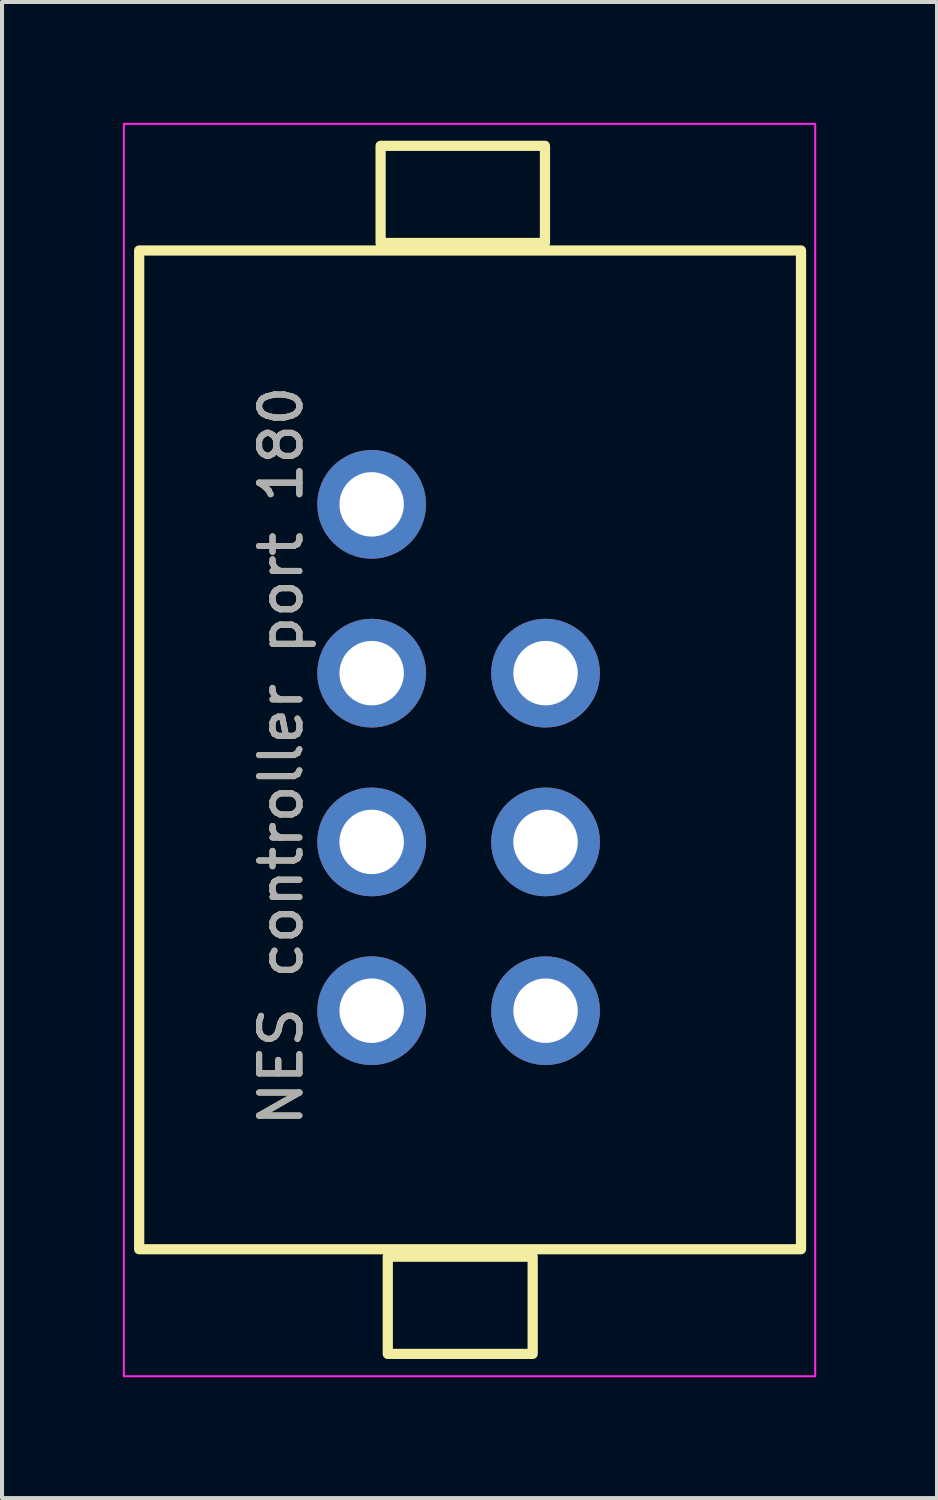
<source format=kicad_pcb>
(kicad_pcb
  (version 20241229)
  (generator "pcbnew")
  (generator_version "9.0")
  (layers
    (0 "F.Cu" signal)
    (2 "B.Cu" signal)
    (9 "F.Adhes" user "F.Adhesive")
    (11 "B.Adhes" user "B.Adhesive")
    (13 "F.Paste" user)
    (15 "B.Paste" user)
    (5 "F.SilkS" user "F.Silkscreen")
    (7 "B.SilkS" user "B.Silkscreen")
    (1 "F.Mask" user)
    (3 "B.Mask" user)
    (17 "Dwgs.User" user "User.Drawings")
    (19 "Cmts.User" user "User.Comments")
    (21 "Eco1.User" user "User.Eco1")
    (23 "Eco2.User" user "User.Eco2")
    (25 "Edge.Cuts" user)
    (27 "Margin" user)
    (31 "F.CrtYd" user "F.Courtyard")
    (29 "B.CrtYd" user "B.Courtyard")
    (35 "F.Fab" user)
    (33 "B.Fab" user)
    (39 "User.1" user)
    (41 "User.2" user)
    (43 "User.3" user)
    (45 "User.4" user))
  (footprint "NES controller port 180"
    (layer "F.Cu")
    (at 14.478 14.173)
    (property "Reference" "NES controller port 180" (at -10.549 1.549 90) (unlocked yes) (layer "F.SilkS") (effects (font (size 1 1) (thickness 0.15))))
    (attr through_hole)
    (fp_rect (start -4.301 13.983) (end -7.899 16.396) (stroke (width 0.254) (type solid)) (fill no) (layer "F.SilkS"))
    (fp_rect (start -3.996 -13.602) (end -8.077 -11.189) (stroke (width 0.254) (type solid)) (fill no) (layer "F.SilkS"))
    (fp_rect (start 2.362 -11.003) (end -14.072 13.797) (stroke (width 0.254) (type solid)) (fill no) (layer "F.SilkS"))
    (fp_rect (start 2.714 16.952) (end -14.453 -14.148) (stroke (width 0.05) (type solid)) (fill no) (layer "F.CrtYd"))
    (fp_text user "${REFERENCE}" (at -10.549 1.549 90) (unlocked yes) (layer "F.Fab") (effects (font (size 1 1) (thickness 0.15))))
    (pad "1" thru_hole circle (at -8.299 -4.699 90) (size 2.7 2.7) (drill 1.6) (layers "*.Cu" "*.Mask"))
    (pad "2" thru_hole circle (at -8.299 -0.508 90) (size 2.7 2.7) (drill 1.6) (layers "*.Cu" "*.Mask"))
    (pad "3" thru_hole circle (at -8.299 3.683 90) (size 2.7 2.7) (drill 1.6) (layers "*.Cu" "*.Mask"))
    (pad "4" thru_hole circle (at -8.299 7.874 90) (size 2.7 2.7) (drill 1.6) (layers "*.Cu" "*.Mask"))
    (pad "5" thru_hole circle (at -3.981 7.874 90) (size 2.7 2.7) (drill 1.6) (layers "*.Cu" "*.Mask"))
    (pad "6" thru_hole circle (at -3.981 3.683 90) (size 2.7 2.7) (drill 1.6) (layers "*.Cu" "*.Mask"))
    (pad "7" thru_hole circle (at -3.981 -0.508 90) (size 2.7 2.7) (drill 1.6) (layers "*.Cu" "*.Mask")))
  (gr_rect
    (start -3 -3)
    (end 20.217 34.15)
    (stroke (width 0.1) (type default))
    (fill no)
    (layer "Edge.Cuts")))
</source>
